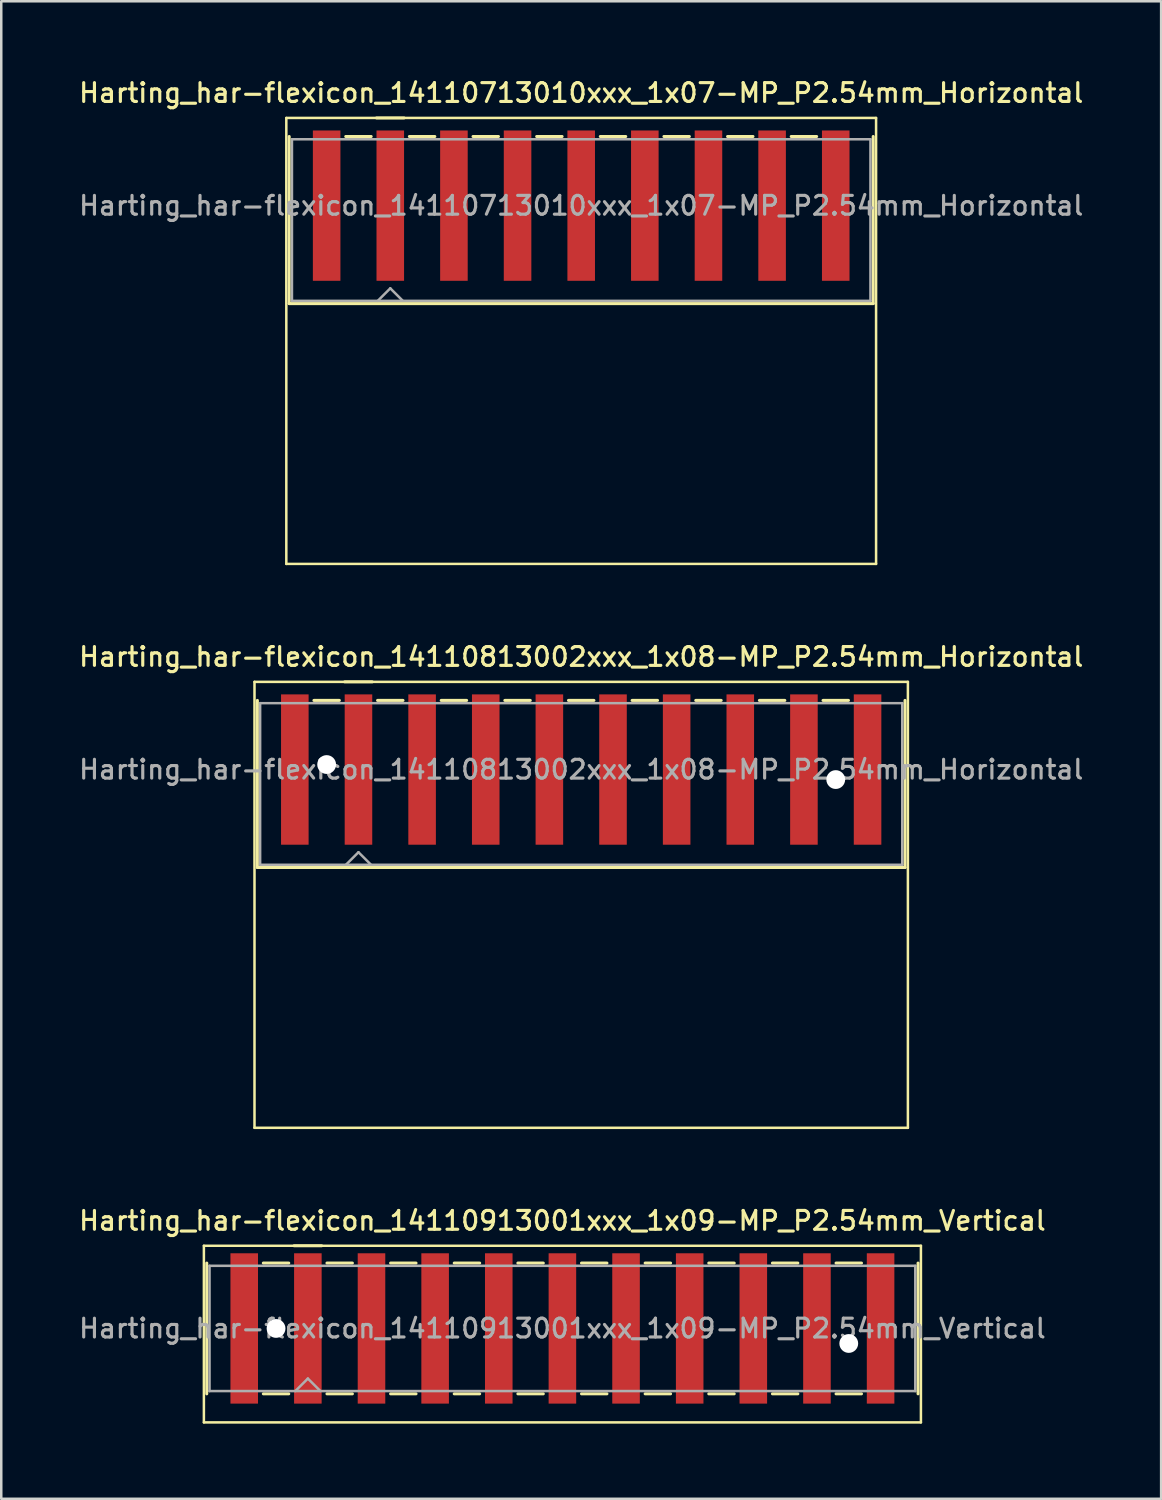
<source format=kicad_pcb>
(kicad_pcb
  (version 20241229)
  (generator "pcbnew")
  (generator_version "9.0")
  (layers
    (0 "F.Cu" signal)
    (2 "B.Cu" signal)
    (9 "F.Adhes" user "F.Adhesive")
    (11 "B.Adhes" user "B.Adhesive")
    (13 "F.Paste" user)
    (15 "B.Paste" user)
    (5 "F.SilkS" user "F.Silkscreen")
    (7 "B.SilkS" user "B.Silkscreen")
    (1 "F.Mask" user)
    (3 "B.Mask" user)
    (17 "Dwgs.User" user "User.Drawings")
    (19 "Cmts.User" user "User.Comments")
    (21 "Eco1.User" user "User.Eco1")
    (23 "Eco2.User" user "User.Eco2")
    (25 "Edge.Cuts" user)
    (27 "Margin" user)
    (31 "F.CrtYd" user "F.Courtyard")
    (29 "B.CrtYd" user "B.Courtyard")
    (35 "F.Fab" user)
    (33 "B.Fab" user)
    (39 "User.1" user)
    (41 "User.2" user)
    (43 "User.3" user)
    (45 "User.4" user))
  (footprint "Harting_har-flexicon_14110813002xxx_1x08-MP_P2.54mm_Horizontal"
    (layer "F.Cu")
    (at 20.148 28.966)
    (property "Reference" "Harting_har-flexicon_14110813002xxx_1x08-MP_P2.54mm_Horizontal" (at 0 -5.8 0) (layer "F.SilkS") (effects (font (size 0.75 0.75) (thickness 0.125))))
    (attr smd)
    (fp_line (start -13.04 -4.8) (end -13.04 13) (stroke (width 0.1) (type solid)) (layer "F.SilkS"))
    (fp_line (start -13.04 13) (end 13.04 13) (stroke (width 0.1) (type solid)) (layer "F.SilkS"))
    (fp_line (start -12.925 -4.06) (end -12.925 2.61) (stroke (width 0.12) (type solid)) (layer "F.SilkS"))
    (fp_line (start -10.668 -4.06) (end -9.652 -4.06) (stroke (width 0.12) (type solid)) (layer "F.SilkS"))
    (fp_line (start -9.44 -4.8) (end -8.34 -4.8) (stroke (width 0.12) (type solid)) (layer "F.SilkS"))
    (fp_line (start -8.128 -4.06) (end -7.112 -4.06) (stroke (width 0.12) (type solid)) (layer "F.SilkS"))
    (fp_line (start -5.588 -4.06) (end -4.572 -4.06) (stroke (width 0.12) (type solid)) (layer "F.SilkS"))
    (fp_line (start -3.048 -4.06) (end -2.032 -4.06) (stroke (width 0.12) (type solid)) (layer "F.SilkS"))
    (fp_line (start -0.508 -4.06) (end 0.508 -4.06) (stroke (width 0.12) (type solid)) (layer "F.SilkS"))
    (fp_line (start 2.032 -4.06) (end 3.048 -4.06) (stroke (width 0.12) (type solid)) (layer "F.SilkS"))
    (fp_line (start 4.572 -4.06) (end 5.588 -4.06) (stroke (width 0.12) (type solid)) (layer "F.SilkS"))
    (fp_line (start 7.112 -4.06) (end 8.128 -4.06) (stroke (width 0.12) (type solid)) (layer "F.SilkS"))
    (fp_line (start 9.652 -4.06) (end 10.668 -4.06) (stroke (width 0.12) (type solid)) (layer "F.SilkS"))
    (fp_line (start 12.925 -4.06) (end 12.925 2.61) (stroke (width 0.12) (type solid)) (layer "F.SilkS"))
    (fp_line (start 12.925 2.61) (end -12.925 2.61) (stroke (width 0.12) (type solid)) (layer "F.SilkS"))
    (fp_line (start 13.04 -4.8) (end -13.04 -4.8) (stroke (width 0.1) (type solid)) (layer "F.SilkS"))
    (fp_line (start 13.04 13) (end 13.04 -4.8) (stroke (width 0.1) (type solid)) (layer "F.SilkS"))
    (fp_line (start -12.815 -3.95) (end -12.815 2.5) (stroke (width 0.1) (type solid)) (layer "F.Fab"))
    (fp_line (start -12.815 2.5) (end 12.815 2.5) (stroke (width 0.1) (type solid)) (layer "F.Fab"))
    (fp_line (start -9.39 2.5) (end -8.89 2) (stroke (width 0.1) (type solid)) (layer "F.Fab"))
    (fp_line (start -8.89 2) (end -8.39 2.5) (stroke (width 0.1) (type solid)) (layer "F.Fab"))
    (fp_line (start 12.815 -3.95) (end -12.815 -3.95) (stroke (width 0.1) (type solid)) (layer "F.Fab"))
    (fp_line (start 12.815 2.5) (end 12.815 -3.95) (stroke (width 0.1) (type solid)) (layer "F.Fab"))
    (fp_text user "${REFERENCE}" (at 0 -1.3 0) (layer "F.Fab") (effects (font (size 0.75 0.75) (thickness 0.125))))
    (pad "" np_thru_hole circle (at -10.16 -1.5) (size 0.75 0.75) (drill 1) (layers "*.Cu" "*.Mask"))
    (pad "" np_thru_hole circle (at 10.16 -0.9) (size 0.75 0.75) (drill 1) (layers "*.Cu" "*.Mask"))
    (pad "1" smd rect (at -8.89 -1.3) (size 1.1 6) (layers "F.Cu" "F.Mask" "F.Paste"))
    (pad "2" smd rect (at -6.35 -1.3) (size 1.1 6) (layers "F.Cu" "F.Mask" "F.Paste"))
    (pad "3" smd rect (at -3.81 -1.3) (size 1.1 6) (layers "F.Cu" "F.Mask" "F.Paste"))
    (pad "4" smd rect (at -1.27 -1.3) (size 1.1 6) (layers "F.Cu" "F.Mask" "F.Paste"))
    (pad "5" smd rect (at 1.27 -1.3) (size 1.1 6) (layers "F.Cu" "F.Mask" "F.Paste"))
    (pad "6" smd rect (at 3.81 -1.3) (size 1.1 6) (layers "F.Cu" "F.Mask" "F.Paste"))
    (pad "7" smd rect (at 6.35 -1.3) (size 1.1 6) (layers "F.Cu" "F.Mask" "F.Paste"))
    (pad "8" smd rect (at 8.89 -1.3) (size 1.1 6) (layers "F.Cu" "F.Mask" "F.Paste"))
    (pad "MP" smd rect (at -11.43 -1.3) (size 1.1 6) (layers "F.Cu" "F.Mask" "F.Paste"))
    (pad "MP" smd rect (at 11.43 -1.3) (size 1.1 6) (layers "F.Cu" "F.Mask" "F.Paste")))
  (footprint "Harting_har-flexicon_14110713010xxx_1x07-MP_P2.54mm_Horizontal"
    (layer "F.Cu")
    (at 20.148 6.458)
    (property "Reference" "Harting_har-flexicon_14110713010xxx_1x07-MP_P2.54mm_Horizontal" (at 0 -5.8 0) (layer "F.SilkS") (effects (font (size 0.75 0.75) (thickness 0.125))))
    (attr smd)
    (fp_line (start -11.77 -4.8) (end -11.77 13) (stroke (width 0.1) (type solid)) (layer "F.SilkS"))
    (fp_line (start -11.77 13) (end 11.77 13) (stroke (width 0.1) (type solid)) (layer "F.SilkS"))
    (fp_line (start -11.655 -4.06) (end -11.655 2.61) (stroke (width 0.12) (type solid)) (layer "F.SilkS"))
    (fp_line (start -9.398 -4.06) (end -8.382 -4.06) (stroke (width 0.12) (type solid)) (layer "F.SilkS"))
    (fp_line (start -8.17 -4.8) (end -7.07 -4.8) (stroke (width 0.12) (type solid)) (layer "F.SilkS"))
    (fp_line (start -6.858 -4.06) (end -5.842 -4.06) (stroke (width 0.12) (type solid)) (layer "F.SilkS"))
    (fp_line (start -4.318 -4.06) (end -3.302 -4.06) (stroke (width 0.12) (type solid)) (layer "F.SilkS"))
    (fp_line (start -1.778 -4.06) (end -0.762 -4.06) (stroke (width 0.12) (type solid)) (layer "F.SilkS"))
    (fp_line (start 0.762 -4.06) (end 1.778 -4.06) (stroke (width 0.12) (type solid)) (layer "F.SilkS"))
    (fp_line (start 3.302 -4.06) (end 4.318 -4.06) (stroke (width 0.12) (type solid)) (layer "F.SilkS"))
    (fp_line (start 5.842 -4.06) (end 6.858 -4.06) (stroke (width 0.12) (type solid)) (layer "F.SilkS"))
    (fp_line (start 8.382 -4.06) (end 9.398 -4.06) (stroke (width 0.12) (type solid)) (layer "F.SilkS"))
    (fp_line (start 11.655 -4.06) (end 11.655 2.61) (stroke (width 0.12) (type solid)) (layer "F.SilkS"))
    (fp_line (start 11.655 2.61) (end -11.655 2.61) (stroke (width 0.12) (type solid)) (layer "F.SilkS"))
    (fp_line (start 11.77 -4.8) (end -11.77 -4.8) (stroke (width 0.1) (type solid)) (layer "F.SilkS"))
    (fp_line (start 11.77 13) (end 11.77 -4.8) (stroke (width 0.1) (type solid)) (layer "F.SilkS"))
    (fp_line (start -11.545 -3.95) (end -11.545 2.5) (stroke (width 0.1) (type solid)) (layer "F.Fab"))
    (fp_line (start -11.545 2.5) (end 11.545 2.5) (stroke (width 0.1) (type solid)) (layer "F.Fab"))
    (fp_line (start -8.12 2.5) (end -7.62 2) (stroke (width 0.1) (type solid)) (layer "F.Fab"))
    (fp_line (start -7.62 2) (end -7.12 2.5) (stroke (width 0.1) (type solid)) (layer "F.Fab"))
    (fp_line (start 11.545 -3.95) (end -11.545 -3.95) (stroke (width 0.1) (type solid)) (layer "F.Fab"))
    (fp_line (start 11.545 2.5) (end 11.545 -3.95) (stroke (width 0.1) (type solid)) (layer "F.Fab"))
    (fp_text user "${REFERENCE}" (at 0 -1.3 0) (layer "F.Fab") (effects (font (size 0.75 0.75) (thickness 0.125))))
    (pad "1" smd rect (at -7.62 -1.3) (size 1.1 6) (layers "F.Cu" "F.Mask" "F.Paste"))
    (pad "2" smd rect (at -5.08 -1.3) (size 1.1 6) (layers "F.Cu" "F.Mask" "F.Paste"))
    (pad "3" smd rect (at -2.54 -1.3) (size 1.1 6) (layers "F.Cu" "F.Mask" "F.Paste"))
    (pad "4" smd rect (at 0 -1.3) (size 1.1 6) (layers "F.Cu" "F.Mask" "F.Paste"))
    (pad "5" smd rect (at 2.54 -1.3) (size 1.1 6) (layers "F.Cu" "F.Mask" "F.Paste"))
    (pad "6" smd rect (at 5.08 -1.3) (size 1.1 6) (layers "F.Cu" "F.Mask" "F.Paste"))
    (pad "7" smd rect (at 7.62 -1.3) (size 1.1 6) (layers "F.Cu" "F.Mask" "F.Paste"))
    (pad "MP" smd rect (at -10.16 -1.3) (size 1.1 6) (layers "F.Cu" "F.Mask" "F.Paste"))
    (pad "MP" smd rect (at 10.16 -1.3) (size 1.1 6) (layers "F.Cu" "F.Mask" "F.Paste")))
  (footprint "Harting_har-flexicon_14110913001xxx_1x09-MP_P2.54mm_Vertical"
    (layer "F.Cu")
    (at 19.398 49.974)
    (property "Reference" "Harting_har-flexicon_14110913001xxx_1x09-MP_P2.54mm_Vertical" (at 0 -4.3 0) (layer "F.SilkS") (effects (font (size 0.75 0.75) (thickness 0.125))))
    (attr smd)
    (fp_line (start -14.31 -3.3) (end -14.31 3.75) (stroke (width 0.1) (type solid)) (layer "F.SilkS"))
    (fp_line (start -14.31 3.75) (end 14.31 3.75) (stroke (width 0.1) (type solid)) (layer "F.SilkS"))
    (fp_line (start -14.195 -2.61) (end -14.195 2.61) (stroke (width 0.12) (type solid)) (layer "F.SilkS"))
    (fp_line (start -11.938 -2.61) (end -10.922 -2.61) (stroke (width 0.12) (type solid)) (layer "F.SilkS"))
    (fp_line (start -11.938 2.61) (end -10.922 2.61) (stroke (width 0.12) (type solid)) (layer "F.SilkS"))
    (fp_line (start -10.71 -3.3) (end -9.61 -3.3) (stroke (width 0.12) (type solid)) (layer "F.SilkS"))
    (fp_line (start -9.398 -2.61) (end -8.382 -2.61) (stroke (width 0.12) (type solid)) (layer "F.SilkS"))
    (fp_line (start -9.398 2.61) (end -8.382 2.61) (stroke (width 0.12) (type solid)) (layer "F.SilkS"))
    (fp_line (start -6.858 -2.61) (end -5.842 -2.61) (stroke (width 0.12) (type solid)) (layer "F.SilkS"))
    (fp_line (start -6.858 2.61) (end -5.842 2.61) (stroke (width 0.12) (type solid)) (layer "F.SilkS"))
    (fp_line (start -4.318 -2.61) (end -3.302 -2.61) (stroke (width 0.12) (type solid)) (layer "F.SilkS"))
    (fp_line (start -4.318 2.61) (end -3.302 2.61) (stroke (width 0.12) (type solid)) (layer "F.SilkS"))
    (fp_line (start -1.778 -2.61) (end -0.762 -2.61) (stroke (width 0.12) (type solid)) (layer "F.SilkS"))
    (fp_line (start -1.778 2.61) (end -0.762 2.61) (stroke (width 0.12) (type solid)) (layer "F.SilkS"))
    (fp_line (start 0.762 -2.61) (end 1.778 -2.61) (stroke (width 0.12) (type solid)) (layer "F.SilkS"))
    (fp_line (start 0.762 2.61) (end 1.778 2.61) (stroke (width 0.12) (type solid)) (layer "F.SilkS"))
    (fp_line (start 3.302 -2.61) (end 4.318 -2.61) (stroke (width 0.12) (type solid)) (layer "F.SilkS"))
    (fp_line (start 3.302 2.61) (end 4.318 2.61) (stroke (width 0.12) (type solid)) (layer "F.SilkS"))
    (fp_line (start 5.842 -2.61) (end 6.858 -2.61) (stroke (width 0.12) (type solid)) (layer "F.SilkS"))
    (fp_line (start 5.842 2.61) (end 6.858 2.61) (stroke (width 0.12) (type solid)) (layer "F.SilkS"))
    (fp_line (start 8.382 -2.61) (end 9.398 -2.61) (stroke (width 0.12) (type solid)) (layer "F.SilkS"))
    (fp_line (start 8.382 2.61) (end 9.398 2.61) (stroke (width 0.12) (type solid)) (layer "F.SilkS"))
    (fp_line (start 10.922 -2.61) (end 11.938 -2.61) (stroke (width 0.12) (type solid)) (layer "F.SilkS"))
    (fp_line (start 10.922 2.61) (end 11.938 2.61) (stroke (width 0.12) (type solid)) (layer "F.SilkS"))
    (fp_line (start 14.195 -2.61) (end 14.195 2.61) (stroke (width 0.12) (type solid)) (layer "F.SilkS"))
    (fp_line (start 14.31 -3.3) (end -14.31 -3.3) (stroke (width 0.1) (type solid)) (layer "F.SilkS"))
    (fp_line (start 14.31 3.75) (end 14.31 -3.3) (stroke (width 0.1) (type solid)) (layer "F.SilkS"))
    (fp_line (start -14.085 -2.5) (end -14.085 2.5) (stroke (width 0.1) (type solid)) (layer "F.Fab"))
    (fp_line (start -14.085 2.5) (end 14.085 2.5) (stroke (width 0.1) (type solid)) (layer "F.Fab"))
    (fp_line (start -10.66 2.5) (end -10.16 2) (stroke (width 0.1) (type solid)) (layer "F.Fab"))
    (fp_line (start -10.16 2) (end -9.66 2.5) (stroke (width 0.1) (type solid)) (layer "F.Fab"))
    (fp_line (start 14.085 -2.5) (end -14.085 -2.5) (stroke (width 0.1) (type solid)) (layer "F.Fab"))
    (fp_line (start 14.085 2.5) (end 14.085 -2.5) (stroke (width 0.1) (type solid)) (layer "F.Fab"))
    (fp_text user "${REFERENCE}" (at 0 0 0) (layer "F.Fab") (effects (font (size 0.75 0.75) (thickness 0.125))))
    (pad "" np_thru_hole circle (at -11.43 0) (size 0.75 0.75) (drill 1) (layers "*.Cu" "*.Mask"))
    (pad "" np_thru_hole circle (at 11.43 0.6) (size 0.75 0.75) (drill 1) (layers "*.Cu" "*.Mask"))
    (pad "1" smd rect (at -10.16 0) (size 1.1 6) (layers "F.Cu" "F.Mask" "F.Paste"))
    (pad "2" smd rect (at -7.62 0) (size 1.1 6) (layers "F.Cu" "F.Mask" "F.Paste"))
    (pad "3" smd rect (at -5.08 0) (size 1.1 6) (layers "F.Cu" "F.Mask" "F.Paste"))
    (pad "4" smd rect (at -2.54 0) (size 1.1 6) (layers "F.Cu" "F.Mask" "F.Paste"))
    (pad "5" smd rect (at 0 0) (size 1.1 6) (layers "F.Cu" "F.Mask" "F.Paste"))
    (pad "6" smd rect (at 2.54 0) (size 1.1 6) (layers "F.Cu" "F.Mask" "F.Paste"))
    (pad "7" smd rect (at 5.08 0) (size 1.1 6) (layers "F.Cu" "F.Mask" "F.Paste"))
    (pad "8" smd rect (at 7.62 0) (size 1.1 6) (layers "F.Cu" "F.Mask" "F.Paste"))
    (pad "9" smd rect (at 10.16 0) (size 1.1 6) (layers "F.Cu" "F.Mask" "F.Paste"))
    (pad "MP" smd rect (at -12.7 0) (size 1.1 6) (layers "F.Cu" "F.Mask" "F.Paste"))
    (pad "MP" smd rect (at 12.7 0) (size 1.1 6) (layers "F.Cu" "F.Mask" "F.Paste")))
  (gr_rect
    (start -3 -3)
    (end 43.296 56.774)
    (stroke (width 0.1) (type default))
    (fill no)
    (layer "Edge.Cuts")))
</source>
